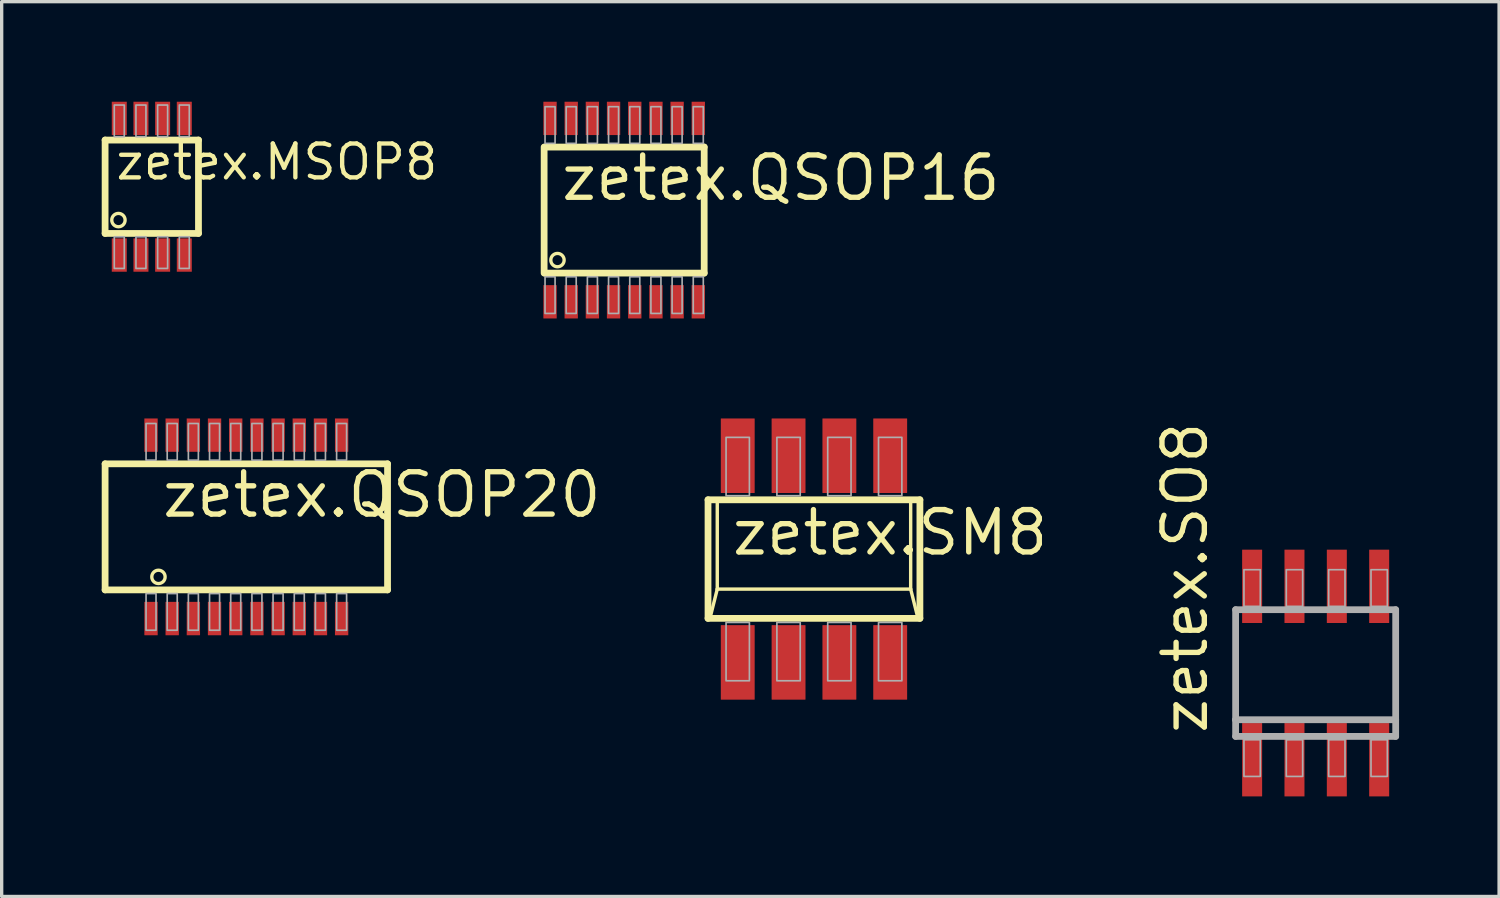
<source format=kicad_pcb>
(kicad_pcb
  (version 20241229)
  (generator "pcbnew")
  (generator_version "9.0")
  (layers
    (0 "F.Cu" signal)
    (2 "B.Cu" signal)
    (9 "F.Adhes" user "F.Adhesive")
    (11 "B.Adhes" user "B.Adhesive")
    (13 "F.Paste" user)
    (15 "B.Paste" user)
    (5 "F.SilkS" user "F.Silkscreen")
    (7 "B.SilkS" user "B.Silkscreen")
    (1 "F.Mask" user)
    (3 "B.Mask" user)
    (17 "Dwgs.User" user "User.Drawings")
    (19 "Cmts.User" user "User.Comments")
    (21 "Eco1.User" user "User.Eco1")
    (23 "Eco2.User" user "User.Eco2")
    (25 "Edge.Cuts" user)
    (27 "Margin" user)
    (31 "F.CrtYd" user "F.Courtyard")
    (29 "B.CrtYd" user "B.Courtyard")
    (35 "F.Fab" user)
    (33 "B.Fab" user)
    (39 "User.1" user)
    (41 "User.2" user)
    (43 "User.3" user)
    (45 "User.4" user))
  (footprint "zetex.SO8"
    (layer "F.Cu")
    (at 36.405 17.134)
    (property "Reference" "zetex.SO8" (at -3.175 1.905 90) (layer "F.SilkS") (effects (font (size 1.27 1.27) (thickness 0.16)) (justify left bottom)))
    (attr smd)
    (fp_line (start -2.4 -1.9) (end 2.4 -1.9) (stroke (width 0.203) (type default)) (layer "F.Fab"))
    (fp_line (start -2.4 1.4) (end -2.4 -1.9) (stroke (width 0.203) (type default)) (layer "F.Fab"))
    (fp_line (start -2.4 1.9) (end -2.4 1.4) (stroke (width 0.203) (type default)) (layer "F.Fab"))
    (fp_line (start 2.4 -1.9) (end 2.4 1.4) (stroke (width 0.203) (type default)) (layer "F.Fab"))
    (fp_line (start 2.4 1.4) (end -2.4 1.4) (stroke (width 0.203) (type default)) (layer "F.Fab"))
    (fp_line (start 2.4 1.4) (end 2.4 1.9) (stroke (width 0.203) (type default)) (layer "F.Fab"))
    (fp_line (start 2.4 1.9) (end -2.4 1.9) (stroke (width 0.203) (type default)) (layer "F.Fab"))
    (fp_rect (start -2.15 -2) (end -1.66 -3.1) (stroke (width 0.05) (type default)) (fill no) (layer "F.Fab"))
    (fp_rect (start -2.15 3.1) (end -1.66 2) (stroke (width 0.05) (type default)) (fill no) (layer "F.Fab"))
    (fp_rect (start -0.88 -2) (end -0.39 -3.1) (stroke (width 0.05) (type default)) (fill no) (layer "F.Fab"))
    (fp_rect (start -0.88 3.1) (end -0.39 2) (stroke (width 0.05) (type default)) (fill no) (layer "F.Fab"))
    (fp_rect (start 0.39 -2) (end 0.88 -3.1) (stroke (width 0.05) (type default)) (fill no) (layer "F.Fab"))
    (fp_rect (start 0.39 3.1) (end 0.88 2) (stroke (width 0.05) (type default)) (fill no) (layer "F.Fab"))
    (fp_rect (start 1.66 -2) (end 2.15 -3.1) (stroke (width 0.05) (type default)) (fill no) (layer "F.Fab"))
    (fp_rect (start 1.66 3.1) (end 2.15 2) (stroke (width 0.05) (type default)) (fill no) (layer "F.Fab"))
    (pad "1" smd roundrect (at -1.905 2.6) (size 0.6 2.2) (layers "F.Cu" "F.Mask" "F.Paste") (roundrect_rratio 0.01))
    (pad "2" smd roundrect (at -0.635 2.6) (size 0.6 2.2) (layers "F.Cu" "F.Mask" "F.Paste") (roundrect_rratio 0.01))
    (pad "3" smd roundrect (at 0.635 2.6) (size 0.6 2.2) (layers "F.Cu" "F.Mask" "F.Paste") (roundrect_rratio 0.01))
    (pad "4" smd roundrect (at 1.905 2.6) (size 0.6 2.2) (layers "F.Cu" "F.Mask" "F.Paste") (roundrect_rratio 0.01))
    (pad "5" smd roundrect (at 1.905 -2.6) (size 0.6 2.2) (layers "F.Cu" "F.Mask" "F.Paste") (roundrect_rratio 0.01))
    (pad "6" smd roundrect (at 0.635 -2.6) (size 0.6 2.2) (layers "F.Cu" "F.Mask" "F.Paste") (roundrect_rratio 0.01))
    (pad "7" smd roundrect (at -0.635 -2.6) (size 0.6 2.2) (layers "F.Cu" "F.Mask" "F.Paste") (roundrect_rratio 0.01))
    (pad "8" smd roundrect (at -1.905 -2.6) (size 0.6 2.2) (layers "F.Cu" "F.Mask" "F.Paste") (roundrect_rratio 0.01)))
  (footprint "zetex.MSOP8"
    (layer "F.Cu")
    (at 1.502 2.55)
    (property "Reference" "zetex.MSOP8" (at -1.15 -0.15 0) (layer "F.SilkS") (effects (font (size 1.016 1.016) (thickness 0.13)) (justify left bottom)))
    (attr smd)
    (fp_line (start -1.4 -1.4) (end 1.4 -1.4) (stroke (width 0.203) (type default)) (layer "F.SilkS"))
    (fp_line (start -1.4 1.4) (end -1.4 -1.4) (stroke (width 0.203) (type default)) (layer "F.SilkS"))
    (fp_line (start 1.4 -1.4) (end 1.4 1.4) (stroke (width 0.203) (type default)) (layer "F.SilkS"))
    (fp_line (start 1.4 1.4) (end -1.4 1.4) (stroke (width 0.203) (type default)) (layer "F.SilkS"))
    (fp_circle (center -1 1) (end -0.8 1) (stroke (width 0.1) (type default)) (fill no) (layer "F.SilkS"))
    (fp_rect (start -1.125 2.45) (end -0.825 1.5) (stroke (width 0.05) (type default)) (fill no) (layer "F.Fab"))
    (fp_rect (start -1.125 -1.5) (end -0.825 -2.45) (stroke (width 0.05) (type default)) (fill no) (layer "F.Fab"))
    (fp_rect (start -0.475 -1.5) (end -0.175 -2.45) (stroke (width 0.05) (type default)) (fill no) (layer "F.Fab"))
    (fp_rect (start -0.475 2.45) (end -0.175 1.5) (stroke (width 0.05) (type default)) (fill no) (layer "F.Fab"))
    (fp_rect (start 0.175 -1.5) (end 0.475 -2.45) (stroke (width 0.05) (type default)) (fill no) (layer "F.Fab"))
    (fp_rect (start 0.175 2.45) (end 0.475 1.5) (stroke (width 0.05) (type default)) (fill no) (layer "F.Fab"))
    (fp_rect (start 0.825 2.45) (end 1.125 1.5) (stroke (width 0.05) (type default)) (fill no) (layer "F.Fab"))
    (fp_rect (start 0.825 -1.5) (end 1.125 -2.45) (stroke (width 0.05) (type default)) (fill no) (layer "F.Fab"))
    (pad "1" smd roundrect (at -0.975 2.05) (size 0.45 1) (layers "F.Cu" "F.Mask" "F.Paste") (roundrect_rratio 0.01))
    (pad "2" smd roundrect (at -0.325 2.05) (size 0.45 1) (layers "F.Cu" "F.Mask" "F.Paste") (roundrect_rratio 0.01))
    (pad "3" smd roundrect (at 0.325 2.05) (size 0.45 1) (layers "F.Cu" "F.Mask" "F.Paste") (roundrect_rratio 0.01))
    (pad "4" smd roundrect (at 0.975 2.05) (size 0.45 1) (layers "F.Cu" "F.Mask" "F.Paste") (roundrect_rratio 0.01))
    (pad "5" smd roundrect (at 0.975 -2.05) (size 0.45 1) (layers "F.Cu" "F.Mask" "F.Paste") (roundrect_rratio 0.01))
    (pad "6" smd roundrect (at 0.325 -2.05) (size 0.45 1) (layers "F.Cu" "F.Mask" "F.Paste") (roundrect_rratio 0.01))
    (pad "7" smd roundrect (at -0.325 -2.05) (size 0.45 1) (layers "F.Cu" "F.Mask" "F.Paste") (roundrect_rratio 0.01))
    (pad "8" smd roundrect (at -0.975 -2.05) (size 0.45 1) (layers "F.Cu" "F.Mask" "F.Paste") (roundrect_rratio 0.01)))
  (footprint "zetex.QSOP20"
    (layer "F.Cu")
    (at 4.337 12.75)
    (property "Reference" "zetex.QSOP20" (at -2.605 -0.22 0) (layer "F.SilkS") (effects (font (size 1.27 1.27) (thickness 0.16)) (justify left bottom)))
    (attr smd)
    (fp_line (start -4.235 -1.89) (end 4.235 -1.89) (stroke (width 0.203) (type default)) (layer "F.SilkS"))
    (fp_line (start -4.235 1.89) (end -4.235 -1.89) (stroke (width 0.203) (type default)) (layer "F.SilkS"))
    (fp_line (start 4.235 -1.89) (end 4.235 1.89) (stroke (width 0.203) (type default)) (layer "F.SilkS"))
    (fp_line (start 4.235 1.89) (end -4.235 1.89) (stroke (width 0.203) (type default)) (layer "F.SilkS"))
    (fp_circle (center -2.635 1.5) (end -2.435 1.5) (stroke (width 0.1) (type default)) (fill no) (layer "F.SilkS"))
    (fp_rect (start -3.007 -2) (end -2.708 -3.1) (stroke (width 0.05) (type default)) (fill no) (layer "F.Fab"))
    (fp_rect (start -3.007 3.1) (end -2.708 2) (stroke (width 0.05) (type default)) (fill no) (layer "F.Fab"))
    (fp_rect (start -2.373 -2) (end -2.072 -3.1) (stroke (width 0.05) (type default)) (fill no) (layer "F.Fab"))
    (fp_rect (start -2.373 3.1) (end -2.072 2) (stroke (width 0.05) (type default)) (fill no) (layer "F.Fab"))
    (fp_rect (start -1.738 -2) (end -1.438 -3.1) (stroke (width 0.05) (type default)) (fill no) (layer "F.Fab"))
    (fp_rect (start -1.738 3.1) (end -1.438 2) (stroke (width 0.05) (type default)) (fill no) (layer "F.Fab"))
    (fp_rect (start -1.103 -2) (end -0.802 -3.1) (stroke (width 0.05) (type default)) (fill no) (layer "F.Fab"))
    (fp_rect (start -1.103 3.1) (end -0.802 2) (stroke (width 0.05) (type default)) (fill no) (layer "F.Fab"))
    (fp_rect (start -0.468 -2) (end -0.168 -3.1) (stroke (width 0.05) (type default)) (fill no) (layer "F.Fab"))
    (fp_rect (start -0.468 3.1) (end -0.168 2) (stroke (width 0.05) (type default)) (fill no) (layer "F.Fab"))
    (fp_rect (start 0.168 -2) (end 0.468 -3.1) (stroke (width 0.05) (type default)) (fill no) (layer "F.Fab"))
    (fp_rect (start 0.168 3.1) (end 0.468 2) (stroke (width 0.05) (type default)) (fill no) (layer "F.Fab"))
    (fp_rect (start 0.802 -2) (end 1.103 -3.1) (stroke (width 0.05) (type default)) (fill no) (layer "F.Fab"))
    (fp_rect (start 0.802 3.1) (end 1.103 2) (stroke (width 0.05) (type default)) (fill no) (layer "F.Fab"))
    (fp_rect (start 1.438 -2) (end 1.738 -3.1) (stroke (width 0.05) (type default)) (fill no) (layer "F.Fab"))
    (fp_rect (start 1.438 3.1) (end 1.738 2) (stroke (width 0.05) (type default)) (fill no) (layer "F.Fab"))
    (fp_rect (start 2.072 -2) (end 2.373 -3.1) (stroke (width 0.05) (type default)) (fill no) (layer "F.Fab"))
    (fp_rect (start 2.072 3.1) (end 2.373 2) (stroke (width 0.05) (type default)) (fill no) (layer "F.Fab"))
    (fp_rect (start 2.708 -2) (end 3.007 -3.1) (stroke (width 0.05) (type default)) (fill no) (layer "F.Fab"))
    (fp_rect (start 2.708 3.1) (end 3.007 2) (stroke (width 0.05) (type default)) (fill no) (layer "F.Fab"))
    (pad "1" smd roundrect (at -2.858 2.75) (size 0.4 1) (layers "F.Cu" "F.Mask" "F.Paste") (roundrect_rratio 0.01))
    (pad "2" smd roundrect (at -2.223 2.75) (size 0.4 1) (layers "F.Cu" "F.Mask" "F.Paste") (roundrect_rratio 0.01))
    (pad "3" smd roundrect (at -1.588 2.75) (size 0.4 1) (layers "F.Cu" "F.Mask" "F.Paste") (roundrect_rratio 0.01))
    (pad "4" smd roundrect (at -0.953 2.75) (size 0.4 1) (layers "F.Cu" "F.Mask" "F.Paste") (roundrect_rratio 0.01))
    (pad "5" smd roundrect (at -0.318 2.75) (size 0.4 1) (layers "F.Cu" "F.Mask" "F.Paste") (roundrect_rratio 0.01))
    (pad "6" smd roundrect (at 0.318 2.75) (size 0.4 1) (layers "F.Cu" "F.Mask" "F.Paste") (roundrect_rratio 0.01))
    (pad "7" smd roundrect (at 0.953 2.75) (size 0.4 1) (layers "F.Cu" "F.Mask" "F.Paste") (roundrect_rratio 0.01))
    (pad "8" smd roundrect (at 1.588 2.75) (size 0.4 1) (layers "F.Cu" "F.Mask" "F.Paste") (roundrect_rratio 0.01))
    (pad "9" smd roundrect (at 2.223 2.75) (size 0.4 1) (layers "F.Cu" "F.Mask" "F.Paste") (roundrect_rratio 0.01))
    (pad "10" smd roundrect (at 2.858 2.75) (size 0.4 1) (layers "F.Cu" "F.Mask" "F.Paste") (roundrect_rratio 0.01))
    (pad "11" smd roundrect (at 2.858 -2.75) (size 0.4 1) (layers "F.Cu" "F.Mask" "F.Paste") (roundrect_rratio 0.01))
    (pad "12" smd roundrect (at 2.223 -2.75) (size 0.4 1) (layers "F.Cu" "F.Mask" "F.Paste") (roundrect_rratio 0.01))
    (pad "13" smd roundrect (at 1.588 -2.75) (size 0.4 1) (layers "F.Cu" "F.Mask" "F.Paste") (roundrect_rratio 0.01))
    (pad "14" smd roundrect (at 0.953 -2.75) (size 0.4 1) (layers "F.Cu" "F.Mask" "F.Paste") (roundrect_rratio 0.01))
    (pad "15" smd roundrect (at 0.318 -2.75) (size 0.4 1) (layers "F.Cu" "F.Mask" "F.Paste") (roundrect_rratio 0.01))
    (pad "16" smd roundrect (at -0.318 -2.75) (size 0.4 1) (layers "F.Cu" "F.Mask" "F.Paste") (roundrect_rratio 0.01))
    (pad "17" smd roundrect (at -0.953 -2.75) (size 0.4 1) (layers "F.Cu" "F.Mask" "F.Paste") (roundrect_rratio 0.01))
    (pad "18" smd roundrect (at -1.588 -2.75) (size 0.4 1) (layers "F.Cu" "F.Mask" "F.Paste") (roundrect_rratio 0.01))
    (pad "19" smd roundrect (at -2.223 -2.75) (size 0.4 1) (layers "F.Cu" "F.Mask" "F.Paste") (roundrect_rratio 0.01))
    (pad "20" smd roundrect (at -2.858 -2.75) (size 0.4 1) (layers "F.Cu" "F.Mask" "F.Paste") (roundrect_rratio 0.01)))
  (footprint "zetex.SM8"
    (layer "F.Cu")
    (at 21.36 13.716)
    (property "Reference" "zetex.SM8" (at -2.54 -0.051 0) (layer "F.SilkS") (effects (font (size 1.27 1.27) (thickness 0.16)) (justify left bottom)))
    (attr smd)
    (fp_line (start -3.177 -1.778) (end 3.177 -1.778) (stroke (width 0.203) (type default)) (layer "F.SilkS"))
    (fp_line (start -3.177 1.778) (end -3.177 -1.778) (stroke (width 0.203) (type default)) (layer "F.SilkS"))
    (fp_line (start -2.9 -1.7) (end -2.9 0.9) (stroke (width 0.102) (type default)) (layer "F.SilkS"))
    (fp_line (start -2.9 0.9) (end -3.1 1.7) (stroke (width 0.102) (type default)) (layer "F.SilkS"))
    (fp_line (start -2.9 0.9) (end 2.9 0.9) (stroke (width 0.102) (type default)) (layer "F.SilkS"))
    (fp_line (start 2.9 0.9) (end 2.9 -1.7) (stroke (width 0.102) (type default)) (layer "F.SilkS"))
    (fp_line (start 2.9 0.9) (end 3.1 1.7) (stroke (width 0.102) (type default)) (layer "F.SilkS"))
    (fp_line (start 3.177 -1.778) (end 3.177 1.778) (stroke (width 0.203) (type default)) (layer "F.SilkS"))
    (fp_line (start 3.177 1.778) (end -3.177 1.778) (stroke (width 0.203) (type default)) (layer "F.SilkS"))
    (fp_rect (start -2.636 -1.9) (end -1.936 -3.65) (stroke (width 0.05) (type default)) (fill no) (layer "F.Fab"))
    (fp_rect (start -2.636 3.65) (end -1.936 1.9) (stroke (width 0.05) (type default)) (fill no) (layer "F.Fab"))
    (fp_rect (start -1.112 -1.9) (end -0.412 -3.65) (stroke (width 0.05) (type default)) (fill no) (layer "F.Fab"))
    (fp_rect (start -1.112 3.65) (end -0.412 1.9) (stroke (width 0.05) (type default)) (fill no) (layer "F.Fab"))
    (fp_rect (start 0.412 -1.9) (end 1.112 -3.65) (stroke (width 0.05) (type default)) (fill no) (layer "F.Fab"))
    (fp_rect (start 0.412 3.65) (end 1.112 1.9) (stroke (width 0.05) (type default)) (fill no) (layer "F.Fab"))
    (fp_rect (start 1.936 -1.9) (end 2.636 -3.65) (stroke (width 0.05) (type default)) (fill no) (layer "F.Fab"))
    (fp_rect (start 1.936 3.65) (end 2.636 1.9) (stroke (width 0.05) (type default)) (fill no) (layer "F.Fab"))
    (pad "1" smd roundrect (at -2.286 3.099) (size 1.016 2.235) (layers "F.Cu" "F.Mask" "F.Paste") (roundrect_rratio 0.01))
    (pad "2" smd roundrect (at -0.762 3.099) (size 1.016 2.235) (layers "F.Cu" "F.Mask" "F.Paste") (roundrect_rratio 0.01))
    (pad "3" smd roundrect (at 0.762 3.099) (size 1.016 2.235) (layers "F.Cu" "F.Mask" "F.Paste") (roundrect_rratio 0.01))
    (pad "4" smd roundrect (at 2.286 3.099) (size 1.016 2.235) (layers "F.Cu" "F.Mask" "F.Paste") (roundrect_rratio 0.01))
    (pad "5" smd roundrect (at 2.286 -3.099) (size 1.016 2.235) (layers "F.Cu" "F.Mask" "F.Paste") (roundrect_rratio 0.01))
    (pad "6" smd roundrect (at 0.762 -3.099) (size 1.016 2.235) (layers "F.Cu" "F.Mask" "F.Paste") (roundrect_rratio 0.01))
    (pad "7" smd roundrect (at -0.762 -3.099) (size 1.016 2.235) (layers "F.Cu" "F.Mask" "F.Paste") (roundrect_rratio 0.01))
    (pad "8" smd roundrect (at -2.286 -3.099) (size 1.016 2.235) (layers "F.Cu" "F.Mask" "F.Paste") (roundrect_rratio 0.01)))
  (footprint "zetex.QSOP16"
    (layer "F.Cu")
    (at 15.668 3.25)
    (property "Reference" "zetex.QSOP16" (at -1.97 -0.22 0) (layer "F.SilkS") (effects (font (size 1.27 1.27) (thickness 0.16)) (justify left bottom)))
    (attr smd)
    (fp_line (start -2.4 1.89) (end -2.4 -1.89) (stroke (width 0.203) (type default)) (layer "F.SilkS"))
    (fp_line (start -2.38 -1.89) (end 2.4 -1.89) (stroke (width 0.203) (type default)) (layer "F.SilkS"))
    (fp_line (start 2.4 -1.89) (end 2.4 1.89) (stroke (width 0.203) (type default)) (layer "F.SilkS"))
    (fp_line (start 2.4 1.89) (end -2.38 1.89) (stroke (width 0.203) (type default)) (layer "F.SilkS"))
    (fp_circle (center -2 1.5) (end -1.8 1.5) (stroke (width 0.1) (type default)) (fill no) (layer "F.SilkS"))
    (fp_rect (start -2.373 -2) (end -2.072 -3.1) (stroke (width 0.05) (type default)) (fill no) (layer "F.Fab"))
    (fp_rect (start -2.373 3.1) (end -2.072 2) (stroke (width 0.05) (type default)) (fill no) (layer "F.Fab"))
    (fp_rect (start -1.738 -2) (end -1.438 -3.1) (stroke (width 0.05) (type default)) (fill no) (layer "F.Fab"))
    (fp_rect (start -1.738 3.1) (end -1.438 2) (stroke (width 0.05) (type default)) (fill no) (layer "F.Fab"))
    (fp_rect (start -1.103 -2) (end -0.802 -3.1) (stroke (width 0.05) (type default)) (fill no) (layer "F.Fab"))
    (fp_rect (start -1.103 3.1) (end -0.802 2) (stroke (width 0.05) (type default)) (fill no) (layer "F.Fab"))
    (fp_rect (start -0.468 -2) (end -0.168 -3.1) (stroke (width 0.05) (type default)) (fill no) (layer "F.Fab"))
    (fp_rect (start -0.468 3.1) (end -0.168 2) (stroke (width 0.05) (type default)) (fill no) (layer "F.Fab"))
    (fp_rect (start 0.168 -2) (end 0.468 -3.1) (stroke (width 0.05) (type default)) (fill no) (layer "F.Fab"))
    (fp_rect (start 0.168 3.1) (end 0.468 2) (stroke (width 0.05) (type default)) (fill no) (layer "F.Fab"))
    (fp_rect (start 0.802 -2) (end 1.103 -3.1) (stroke (width 0.05) (type default)) (fill no) (layer "F.Fab"))
    (fp_rect (start 0.802 3.1) (end 1.103 2) (stroke (width 0.05) (type default)) (fill no) (layer "F.Fab"))
    (fp_rect (start 1.438 -2) (end 1.738 -3.1) (stroke (width 0.05) (type default)) (fill no) (layer "F.Fab"))
    (fp_rect (start 1.438 3.1) (end 1.738 2) (stroke (width 0.05) (type default)) (fill no) (layer "F.Fab"))
    (fp_rect (start 2.072 -2) (end 2.373 -3.1) (stroke (width 0.05) (type default)) (fill no) (layer "F.Fab"))
    (fp_rect (start 2.072 3.1) (end 2.373 2) (stroke (width 0.05) (type default)) (fill no) (layer "F.Fab"))
    (pad "1" smd roundrect (at -2.223 2.75) (size 0.4 1) (layers "F.Cu" "F.Mask" "F.Paste") (roundrect_rratio 0.01))
    (pad "2" smd roundrect (at -1.588 2.75) (size 0.4 1) (layers "F.Cu" "F.Mask" "F.Paste") (roundrect_rratio 0.01))
    (pad "3" smd roundrect (at -0.953 2.75) (size 0.4 1) (layers "F.Cu" "F.Mask" "F.Paste") (roundrect_rratio 0.01))
    (pad "4" smd roundrect (at -0.318 2.75) (size 0.4 1) (layers "F.Cu" "F.Mask" "F.Paste") (roundrect_rratio 0.01))
    (pad "5" smd roundrect (at 0.318 2.75) (size 0.4 1) (layers "F.Cu" "F.Mask" "F.Paste") (roundrect_rratio 0.01))
    (pad "6" smd roundrect (at 0.953 2.75) (size 0.4 1) (layers "F.Cu" "F.Mask" "F.Paste") (roundrect_rratio 0.01))
    (pad "7" smd roundrect (at 1.588 2.75) (size 0.4 1) (layers "F.Cu" "F.Mask" "F.Paste") (roundrect_rratio 0.01))
    (pad "8" smd roundrect (at 2.223 2.75) (size 0.4 1) (layers "F.Cu" "F.Mask" "F.Paste") (roundrect_rratio 0.01))
    (pad "9" smd roundrect (at 2.223 -2.75) (size 0.4 1) (layers "F.Cu" "F.Mask" "F.Paste") (roundrect_rratio 0.01))
    (pad "10" smd roundrect (at 1.588 -2.75) (size 0.4 1) (layers "F.Cu" "F.Mask" "F.Paste") (roundrect_rratio 0.01))
    (pad "11" smd roundrect (at 0.953 -2.75) (size 0.4 1) (layers "F.Cu" "F.Mask" "F.Paste") (roundrect_rratio 0.01))
    (pad "12" smd roundrect (at 0.318 -2.75) (size 0.4 1) (layers "F.Cu" "F.Mask" "F.Paste") (roundrect_rratio 0.01))
    (pad "13" smd roundrect (at -0.318 -2.75) (size 0.4 1) (layers "F.Cu" "F.Mask" "F.Paste") (roundrect_rratio 0.01))
    (pad "14" smd roundrect (at -0.953 -2.75) (size 0.4 1) (layers "F.Cu" "F.Mask" "F.Paste") (roundrect_rratio 0.01))
    (pad "15" smd roundrect (at -1.588 -2.75) (size 0.4 1) (layers "F.Cu" "F.Mask" "F.Paste") (roundrect_rratio 0.01))
    (pad "16" smd roundrect (at -2.223 -2.75) (size 0.4 1) (layers "F.Cu" "F.Mask" "F.Paste") (roundrect_rratio 0.01)))
  (gr_rect
    (start -3 -3)
    (end 41.906 23.834)
    (stroke (width 0.1) (type default))
    (fill no)
    (layer "Edge.Cuts")))
</source>
